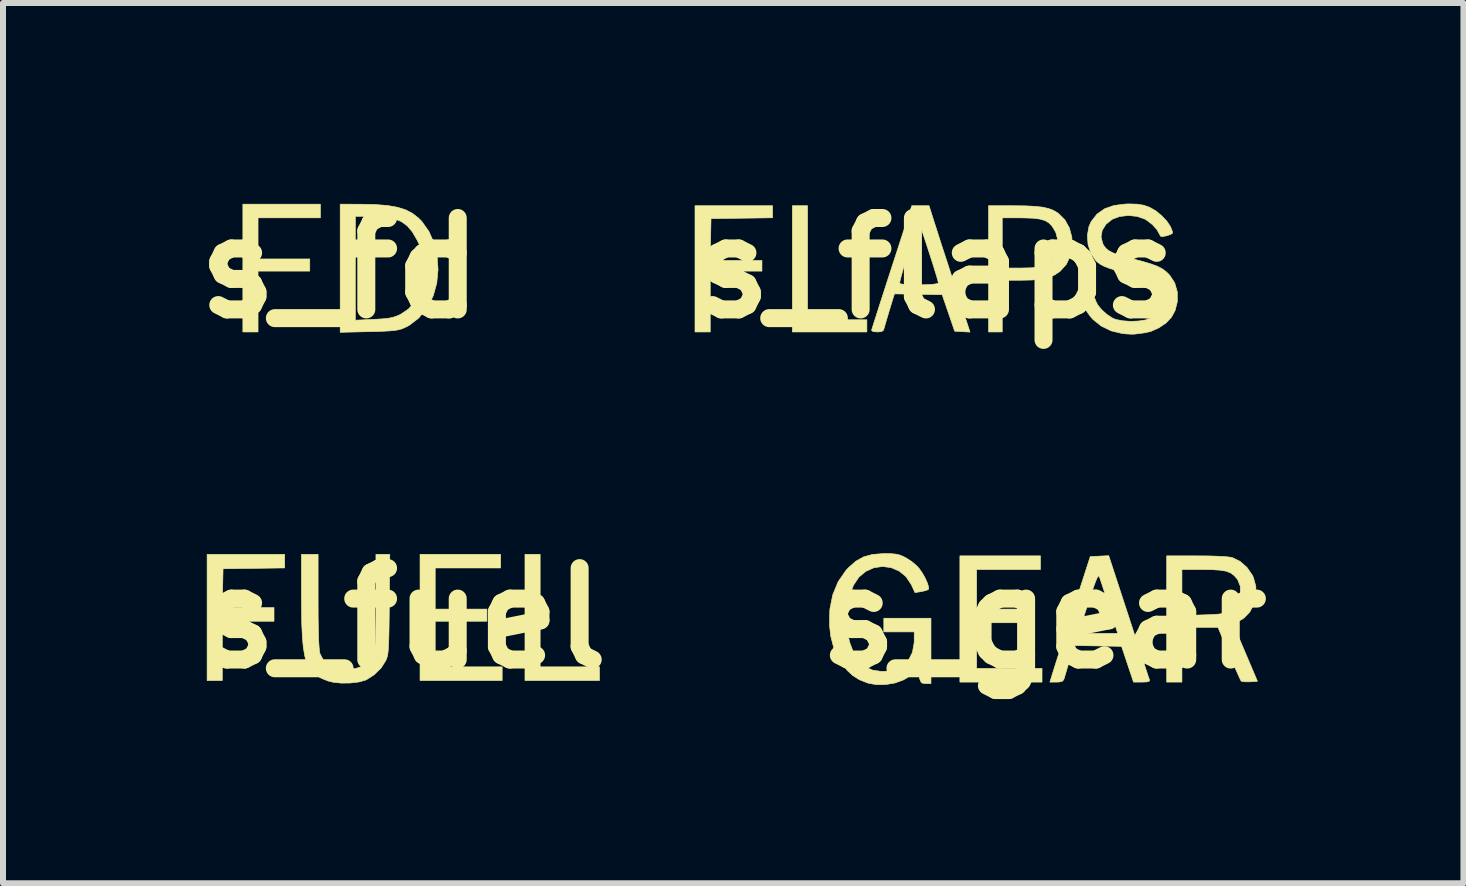
<source format=kicad_pcb>
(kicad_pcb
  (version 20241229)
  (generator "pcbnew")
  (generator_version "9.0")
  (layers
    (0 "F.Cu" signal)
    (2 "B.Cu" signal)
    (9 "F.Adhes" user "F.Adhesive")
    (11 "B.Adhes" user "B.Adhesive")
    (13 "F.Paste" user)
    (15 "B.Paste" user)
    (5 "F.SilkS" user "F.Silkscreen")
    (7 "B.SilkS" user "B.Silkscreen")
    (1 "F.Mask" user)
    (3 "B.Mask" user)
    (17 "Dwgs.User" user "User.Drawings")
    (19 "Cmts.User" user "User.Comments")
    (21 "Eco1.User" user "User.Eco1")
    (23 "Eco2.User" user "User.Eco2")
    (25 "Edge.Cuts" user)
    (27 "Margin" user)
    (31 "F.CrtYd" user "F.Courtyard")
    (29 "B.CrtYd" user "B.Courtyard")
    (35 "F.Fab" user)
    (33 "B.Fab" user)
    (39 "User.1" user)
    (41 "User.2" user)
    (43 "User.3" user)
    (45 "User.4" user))
  (footprint "s_gear"
    (layer "F.Cu")
    (at 14.343 7.254)
    (property "Reference" "s_gear" (at 0 0 0) (layer "F.SilkS") (effects (font (size 1.524 1.524) (thickness 0.3))))
    (attr through_hole)
    (fp_poly (pts (xy -0.051 -0.811) (xy -1.115 -0.811) (xy -1.115 -0.152) (xy -0.279 -0.152) (xy -0.279 0.076) (xy -1.115 0.076) (xy -1.115 0.837) (xy -0.025 0.837) (xy -0.025 1.065) (xy -1.394 1.065) (xy -1.394 -1.039) (xy -0.051 -1.039) (xy -0.051 -0.811)) (stroke (width 0.01) (type solid)) (fill yes) (layer "F.SilkS"))
    (fp_poly (pts (xy 1.421 -0.022) (xy 1.492 0.196) (xy 1.559 0.4) (xy 1.619 0.584) (xy 1.672 0.743) (xy 1.714 0.873) (xy 1.745 0.967) (xy 1.764 1.021) (xy 1.767 1.032) (xy 1.761 1.051) (xy 1.719 1.062) (xy 1.64 1.065) (xy 1.5 1.065) (xy 1.301 0.469) (xy 0.905 0.462) (xy 0.51 0.455) (xy 0.431 0.715) (xy 0.397 0.827) (xy 0.368 0.924) (xy 0.347 0.994) (xy 0.339 1.02) (xy 0.316 1.05) (xy 0.262 1.063) (xy 0.216 1.065) (xy 0.106 1.065) (xy 0.167 0.868) (xy 0.189 0.797) (xy 0.225 0.685) (xy 0.272 0.539) (xy 0.328 0.367) (xy 0.366 0.247) (xy 0.584 0.247) (xy 0.607 0.25) (xy 0.672 0.251) (xy 0.769 0.253) (xy 0.888 0.253) (xy 0.91 0.253) (xy 1.237 0.253) (xy 1.097 -0.183) (xy 1.051 -0.328) (xy 1.008 -0.46) (xy 0.972 -0.57) (xy 0.945 -0.649) (xy 0.933 -0.684) (xy 0.923 -0.701) (xy 0.91 -0.698) (xy 0.893 -0.671) (xy 0.869 -0.614) (xy 0.836 -0.524) (xy 0.792 -0.394) (xy 0.746 -0.253) (xy 0.697 -0.105) (xy 0.654 0.027) (xy 0.62 0.134) (xy 0.595 0.209) (xy 0.584 0.245) (xy 0.584 0.247) (xy 0.366 0.247) (xy 0.389 0.175) (xy 0.455 -0.028) (xy 0.504 -0.177) (xy 0.779 -1.027) (xy 1.087 -1.042) (xy 1.421 -0.022)) (stroke (width 0.01) (type solid)) (fill yes) (layer "F.SilkS"))
    (fp_poly (pts (xy 2.742 -1.038) (xy 2.905 -1.033) (xy 3.033 -1.026) (xy 3.12 -1.016) (xy 3.147 -1.01) (xy 3.276 -0.947) (xy 3.391 -0.846) (xy 3.48 -0.718) (xy 3.498 -0.68) (xy 3.539 -0.531) (xy 3.541 -0.377) (xy 3.506 -0.231) (xy 3.438 -0.103) (xy 3.341 -0.002) (xy 3.276 0.037) (xy 3.213 0.07) (xy 3.174 0.096) (xy 3.169 0.103) (xy 3.178 0.13) (xy 3.205 0.196) (xy 3.245 0.294) (xy 3.296 0.417) (xy 3.356 0.557) (xy 3.368 0.585) (xy 3.566 1.052) (xy 3.44 1.06) (xy 3.363 1.06) (xy 3.308 1.054) (xy 3.294 1.047) (xy 3.278 1.018) (xy 3.247 0.95) (xy 3.203 0.851) (xy 3.15 0.728) (xy 3.091 0.589) (xy 2.908 0.152) (xy 2.307 0.152) (xy 2.307 1.065) (xy 2.053 1.065) (xy 2.053 -0.045) (xy 2.307 -0.045) (xy 2.655 -0.055) (xy 2.803 -0.06) (xy 2.909 -0.067) (xy 2.986 -0.077) (xy 3.041 -0.091) (xy 3.086 -0.112) (xy 3.092 -0.115) (xy 3.184 -0.194) (xy 3.248 -0.299) (xy 3.281 -0.417) (xy 3.279 -0.535) (xy 3.238 -0.639) (xy 3.23 -0.651) (xy 3.179 -0.71) (xy 3.121 -0.753) (xy 3.047 -0.783) (xy 2.947 -0.8) (xy 2.814 -0.809) (xy 2.655 -0.811) (xy 2.307 -0.811) (xy 2.307 -0.045) (xy 2.053 -0.045) (xy 2.053 -1.039) (xy 2.551 -1.039) (xy 2.742 -1.038)) (stroke (width 0.01) (type solid)) (fill yes) (layer "F.SilkS"))
    (fp_poly (pts (xy -2.533 -1.075) (xy -2.452 -1.067) (xy -2.386 -1.05) (xy -2.32 -1.02) (xy -2.286 -1.002) (xy -2.197 -0.944) (xy -2.114 -0.874) (xy -2.076 -0.833) (xy -2.021 -0.755) (xy -1.972 -0.668) (xy -1.935 -0.585) (xy -1.915 -0.518) (xy -1.917 -0.481) (xy -1.918 -0.48) (xy -1.955 -0.463) (xy -2.02 -0.447) (xy -2.041 -0.443) (xy -2.142 -0.427) (xy -2.205 -0.562) (xy -2.292 -0.692) (xy -2.406 -0.786) (xy -2.54 -0.843) (xy -2.683 -0.862) (xy -2.828 -0.841) (xy -2.965 -0.779) (xy -3.077 -0.685) (xy -3.168 -0.549) (xy -3.233 -0.381) (xy -3.271 -0.192) (xy -3.284 0.009) (xy -3.271 0.211) (xy -3.232 0.402) (xy -3.167 0.573) (xy -3.077 0.712) (xy -3.06 0.732) (xy -2.961 0.816) (xy -2.851 0.865) (xy -2.714 0.886) (xy -2.655 0.887) (xy -2.492 0.866) (xy -2.357 0.803) (xy -2.253 0.704) (xy -2.185 0.571) (xy -2.156 0.409) (xy -2.155 0.372) (xy -2.155 0.228) (xy -2.662 0.228) (xy -2.662 0) (xy -1.876 0) (xy -1.876 1.09) (xy -1.96 1.09) (xy -2.01 1.086) (xy -2.04 1.067) (xy -2.061 1.02) (xy -2.076 0.963) (xy -2.109 0.836) (xy -2.16 0.9) (xy -2.211 0.948) (xy -2.288 1.002) (xy -2.341 1.031) (xy -2.476 1.08) (xy -2.632 1.106) (xy -2.789 1.107) (xy -2.926 1.082) (xy -2.928 1.081) (xy -3.07 1.025) (xy -3.18 0.955) (xy -3.272 0.87) (xy -3.401 0.703) (xy -3.491 0.514) (xy -3.547 0.298) (xy -3.567 0.114) (xy -3.561 -0.149) (xy -3.513 -0.39) (xy -3.424 -0.606) (xy -3.296 -0.793) (xy -3.252 -0.841) (xy -3.127 -0.951) (xy -2.997 -1.023) (xy -2.849 -1.063) (xy -2.669 -1.077) (xy -2.649 -1.077) (xy -2.533 -1.075)) (stroke (width 0.01) (type solid)) (fill yes) (layer "F.SilkS")))
  (footprint "s_fd"
    (layer "F.Cu")
    (at 2.62 1.418)
    (property "Reference" "s_fd" (at 0 0 0) (layer "F.SilkS") (effects (font (size 1.524 1.524) (thickness 0.3))))
    (attr through_hole)
    (fp_poly (pts (xy -0.33 -0.837) (xy -1.369 -0.837) (xy -1.369 -0.152) (xy -0.507 -0.152) (xy -0.507 0.051) (xy -1.369 0.051) (xy -1.369 1.065) (xy -1.622 1.065) (xy -1.622 -1.065) (xy -0.33 -1.065) (xy -0.33 -0.837)) (stroke (width 0.01) (type solid)) (fill yes) (layer "F.SilkS"))
    (fp_poly (pts (xy 0.336 -1.064) (xy 0.582 -1.059) (xy 0.786 -1.043) (xy 0.953 -1.014) (xy 1.091 -0.971) (xy 1.206 -0.911) (xy 1.306 -0.833) (xy 1.36 -0.778) (xy 1.48 -0.609) (xy 1.566 -0.412) (xy 1.616 -0.197) (xy 1.631 0.027) (xy 1.61 0.249) (xy 1.552 0.46) (xy 1.457 0.651) (xy 1.443 0.672) (xy 1.305 0.837) (xy 1.147 0.957) (xy 1.077 0.992) (xy 1.027 1.013) (xy 0.975 1.028) (xy 0.912 1.039) (xy 0.829 1.047) (xy 0.718 1.053) (xy 0.569 1.058) (xy 0.475 1.06) (xy 0 1.071) (xy 0 -0.862) (xy 0.253 -0.862) (xy 0.253 0.869) (xy 0.559 0.855) (xy 0.698 0.847) (xy 0.799 0.837) (xy 0.877 0.822) (xy 0.943 0.8) (xy 1.003 0.774) (xy 1.142 0.68) (xy 1.249 0.552) (xy 1.324 0.388) (xy 1.367 0.186) (xy 1.379 -0.016) (xy 1.38 -0.134) (xy 1.375 -0.219) (xy 1.363 -0.286) (xy 1.338 -0.353) (xy 1.298 -0.436) (xy 1.28 -0.471) (xy 1.203 -0.603) (xy 1.119 -0.703) (xy 1.019 -0.775) (xy 0.896 -0.823) (xy 0.743 -0.85) (xy 0.55 -0.861) (xy 0.478 -0.862) (xy 0.253 -0.862) (xy 0 -0.862) (xy 0 -1.065) (xy 0.336 -1.064)) (stroke (width 0.01) (type solid)) (fill yes) (layer "F.SilkS")))
  (footprint "s_flaps"
    (layer "F.Cu")
    (at 12.565 1.418)
    (property "Reference" "s_flaps" (at 0 0 0) (layer "F.SilkS") (effects (font (size 1.524 1.524) (thickness 0.3))))
    (attr through_hole)
    (fp_poly (pts (xy -2.155 0.862) (xy -1.166 0.862) (xy -1.166 1.065) (xy -2.408 1.065) (xy -2.408 -1.039) (xy -2.155 -1.039) (xy -2.155 0.862)) (stroke (width 0.01) (type solid)) (fill yes) (layer "F.SilkS"))
    (fp_poly (pts (xy -2.738 -0.838) (xy -3.251 -0.831) (xy -3.764 -0.824) (xy -3.771 -0.475) (xy -3.778 -0.127) (xy -2.915 -0.127) (xy -2.915 0.051) (xy -3.777 0.051) (xy -3.777 1.065) (xy -4.031 1.065) (xy -4.031 -1.039) (xy -2.738 -1.039) (xy -2.738 -0.838)) (stroke (width 0.01) (type solid)) (fill yes) (layer "F.SilkS"))
    (fp_poly (pts (xy 1.472 -1.037) (xy 1.634 -1.029) (xy 1.762 -1.015) (xy 1.863 -0.992) (xy 1.946 -0.96) (xy 2.017 -0.917) (xy 2.023 -0.913) (xy 2.134 -0.804) (xy 2.209 -0.668) (xy 2.25 -0.516) (xy 2.255 -0.357) (xy 2.225 -0.203) (xy 2.159 -0.063) (xy 2.057 0.051) (xy 1.969 0.112) (xy 1.867 0.155) (xy 1.742 0.184) (xy 1.585 0.199) (xy 1.402 0.203) (xy 1.09 0.203) (xy 1.09 1.065) (xy 0.862 1.065) (xy 0.862 -0.837) (xy 1.09 -0.837) (xy 1.09 0) (xy 1.395 0) (xy 1.571 -0.004) (xy 1.7 -0.015) (xy 1.78 -0.034) (xy 1.782 -0.035) (xy 1.891 -0.107) (xy 1.969 -0.209) (xy 2.011 -0.331) (xy 2.017 -0.463) (xy 1.983 -0.594) (xy 1.922 -0.697) (xy 1.869 -0.752) (xy 1.805 -0.791) (xy 1.72 -0.816) (xy 1.606 -0.831) (xy 1.453 -0.836) (xy 1.395 -0.837) (xy 1.09 -0.837) (xy 0.862 -0.837) (xy 0.862 -1.039) (xy 1.266 -1.039) (xy 1.472 -1.037)) (stroke (width 0.01) (type solid)) (fill yes) (layer "F.SilkS"))
    (fp_poly (pts (xy -0.04 -0.754) (xy -0.008 -0.657) (xy 0.035 -0.52) (xy 0.089 -0.353) (xy 0.151 -0.164) (xy 0.216 0.037) (xy 0.283 0.241) (xy 0.302 0.299) (xy 0.553 1.067) (xy 0.425 1.06) (xy 0.297 1.052) (xy 0.193 0.748) (xy 0.089 0.444) (xy -0.309 0.437) (xy -0.707 0.43) (xy -0.783 0.677) (xy -0.817 0.79) (xy -0.847 0.892) (xy -0.869 0.968) (xy -0.876 0.995) (xy -0.893 1.041) (xy -0.927 1.06) (xy -0.993 1.065) (xy -1.061 1.059) (xy -1.086 1.041) (xy -1.086 1.029) (xy -1.076 0.998) (xy -1.053 0.924) (xy -1.017 0.812) (xy -0.971 0.668) (xy -0.916 0.496) (xy -0.853 0.302) (xy -0.838 0.255) (xy -0.62 0.255) (xy -0.62 0.255) (xy -0.59 0.266) (xy -0.522 0.274) (xy -0.429 0.278) (xy -0.322 0.28) (xy -0.212 0.278) (xy -0.111 0.274) (xy -0.031 0.266) (xy 0.017 0.256) (xy 0.025 0.249) (xy 0.018 0.214) (xy -0.002 0.142) (xy -0.033 0.041) (xy -0.07 -0.08) (xy -0.113 -0.212) (xy -0.157 -0.347) (xy -0.199 -0.476) (xy -0.238 -0.591) (xy -0.27 -0.682) (xy -0.293 -0.741) (xy -0.302 -0.76) (xy -0.315 -0.737) (xy -0.34 -0.674) (xy -0.373 -0.58) (xy -0.412 -0.463) (xy -0.454 -0.332) (xy -0.496 -0.196) (xy -0.537 -0.064) (xy -0.572 0.056) (xy -0.599 0.155) (xy -0.616 0.224) (xy -0.62 0.255) (xy -0.838 0.255) (xy -0.785 0.091) (xy -0.748 -0.023) (xy -0.418 -1.039) (xy -0.13 -1.039) (xy -0.04 -0.754)) (stroke (width 0.01) (type solid)) (fill yes) (layer "F.SilkS"))
    (fp_poly (pts (xy 3.341 -1.065) (xy 3.445 -1.048) (xy 3.54 -1.015) (xy 3.544 -1.014) (xy 3.647 -0.955) (xy 3.746 -0.874) (xy 3.833 -0.782) (xy 3.896 -0.688) (xy 3.928 -0.604) (xy 3.929 -0.584) (xy 3.907 -0.566) (xy 3.852 -0.545) (xy 3.829 -0.538) (xy 3.763 -0.525) (xy 3.73 -0.53) (xy 3.714 -0.558) (xy 3.713 -0.561) (xy 3.668 -0.641) (xy 3.592 -0.725) (xy 3.498 -0.798) (xy 3.463 -0.818) (xy 3.335 -0.862) (xy 3.188 -0.876) (xy 3.044 -0.859) (xy 2.926 -0.815) (xy 2.821 -0.732) (xy 2.757 -0.632) (xy 2.737 -0.522) (xy 2.764 -0.41) (xy 2.779 -0.381) (xy 2.815 -0.332) (xy 2.862 -0.292) (xy 2.929 -0.256) (xy 3.024 -0.22) (xy 3.155 -0.182) (xy 3.271 -0.152) (xy 3.446 -0.106) (xy 3.58 -0.065) (xy 3.682 -0.027) (xy 3.761 0.015) (xy 3.824 0.062) (xy 3.882 0.12) (xy 3.882 0.12) (xy 3.965 0.248) (xy 4.008 0.397) (xy 4.01 0.554) (xy 3.971 0.708) (xy 3.911 0.819) (xy 3.822 0.914) (xy 3.701 0.996) (xy 3.567 1.056) (xy 3.473 1.078) (xy 3.387 1.089) (xy 3.312 1.099) (xy 3.295 1.101) (xy 3.235 1.102) (xy 3.148 1.097) (xy 3.087 1.09) (xy 2.904 1.046) (xy 2.738 0.965) (xy 2.601 0.855) (xy 2.563 0.812) (xy 2.503 0.728) (xy 2.453 0.646) (xy 2.42 0.576) (xy 2.409 0.529) (xy 2.412 0.52) (xy 2.442 0.51) (xy 2.502 0.497) (xy 2.526 0.493) (xy 2.593 0.485) (xy 2.626 0.495) (xy 2.643 0.529) (xy 2.646 0.544) (xy 2.683 0.617) (xy 2.752 0.699) (xy 2.839 0.776) (xy 2.929 0.834) (xy 2.981 0.856) (xy 3.096 0.879) (xy 3.228 0.888) (xy 3.36 0.883) (xy 3.475 0.866) (xy 3.549 0.84) (xy 3.655 0.76) (xy 3.723 0.659) (xy 3.753 0.546) (xy 3.745 0.432) (xy 3.698 0.327) (xy 3.612 0.239) (xy 3.566 0.211) (xy 3.512 0.189) (xy 3.42 0.159) (xy 3.304 0.125) (xy 3.176 0.09) (xy 3.165 0.087) (xy 3.002 0.043) (xy 2.881 0.006) (xy 2.791 -0.028) (xy 2.725 -0.063) (xy 2.673 -0.102) (xy 2.644 -0.131) (xy 2.565 -0.25) (xy 2.52 -0.393) (xy 2.509 -0.545) (xy 2.535 -0.691) (xy 2.573 -0.776) (xy 2.67 -0.9) (xy 2.797 -0.989) (xy 2.956 -1.044) (xy 3.153 -1.068) (xy 3.209 -1.069) (xy 3.341 -1.065)) (stroke (width 0.01) (type solid)) (fill yes) (layer "F.SilkS")))
  (footprint "s_fuel"
    (layer "F.Cu")
    (at 3.672 7.254)
    (property "Reference" "s_fuel" (at 0 0 0) (layer "F.SilkS") (effects (font (size 1.524 1.524) (thickness 0.3))))
    (attr through_hole)
    (fp_poly (pts (xy 2.281 0.811) (xy 3.27 0.811) (xy 3.27 1.039) (xy 2.028 1.039) (xy 2.028 -1.065) (xy 2.281 -1.065) (xy 2.281 0.811)) (stroke (width 0.01) (type solid)) (fill yes) (layer "F.SilkS"))
    (fp_poly (pts (xy -1.977 -0.838) (xy -2.491 -0.831) (xy -3.004 -0.824) (xy -3.011 -0.501) (xy -3.018 -0.177) (xy -2.155 -0.177) (xy -2.155 0.051) (xy -3.017 0.051) (xy -3.017 1.039) (xy -3.27 1.039) (xy -3.27 -1.065) (xy -1.977 -1.065) (xy -1.977 -0.838)) (stroke (width 0.01) (type solid)) (fill yes) (layer "F.SilkS"))
    (fp_poly (pts (xy 1.622 -0.837) (xy 0.532 -0.837) (xy 0.532 -0.152) (xy 1.394 -0.152) (xy 1.394 0.051) (xy 0.532 0.051) (xy 0.532 0.811) (xy 1.648 0.811) (xy 1.648 1.039) (xy 0.279 1.039) (xy 0.279 -1.065) (xy 1.622 -1.065) (xy 1.622 -0.837)) (stroke (width 0.01) (type solid)) (fill yes) (layer "F.SilkS"))
    (fp_poly (pts (xy -1.42 -0.288) (xy -1.419 -0.016) (xy -1.415 0.205) (xy -1.41 0.378) (xy -1.402 0.501) (xy -1.393 0.576) (xy -1.39 0.588) (xy -1.333 0.699) (xy -1.236 0.78) (xy -1.097 0.834) (xy -1.078 0.839) (xy -0.934 0.854) (xy -0.793 0.838) (xy -0.669 0.796) (xy -0.597 0.747) (xy -0.559 0.71) (xy -0.529 0.672) (xy -0.506 0.628) (xy -0.488 0.572) (xy -0.475 0.497) (xy -0.466 0.399) (xy -0.461 0.272) (xy -0.458 0.11) (xy -0.456 -0.093) (xy -0.456 -0.278) (xy -0.456 -1.065) (xy -0.225 -1.065) (xy -0.233 -0.234) (xy -0.235 -0.006) (xy -0.238 0.178) (xy -0.241 0.323) (xy -0.245 0.435) (xy -0.25 0.519) (xy -0.256 0.582) (xy -0.265 0.63) (xy -0.276 0.668) (xy -0.29 0.702) (xy -0.294 0.71) (xy -0.372 0.832) (xy -0.484 0.942) (xy -0.61 1.023) (xy -0.632 1.033) (xy -0.744 1.064) (xy -0.885 1.08) (xy -1.034 1.082) (xy -1.171 1.067) (xy -1.255 1.046) (xy -1.356 1.006) (xy -1.44 0.96) (xy -1.51 0.904) (xy -1.566 0.834) (xy -1.609 0.744) (xy -1.642 0.631) (xy -1.666 0.489) (xy -1.682 0.314) (xy -1.692 0.101) (xy -1.696 -0.154) (xy -1.698 -0.387) (xy -1.698 -1.065) (xy -1.42 -1.065) (xy -1.42 -0.288)) (stroke (width 0.01) (type solid)) (fill yes) (layer "F.SilkS")))
  (gr_rect
    (start -3 -3)
    (end 21.342 11.672)
    (stroke (width 0.1) (type default))
    (fill no)
    (layer "Edge.Cuts")))
</source>
